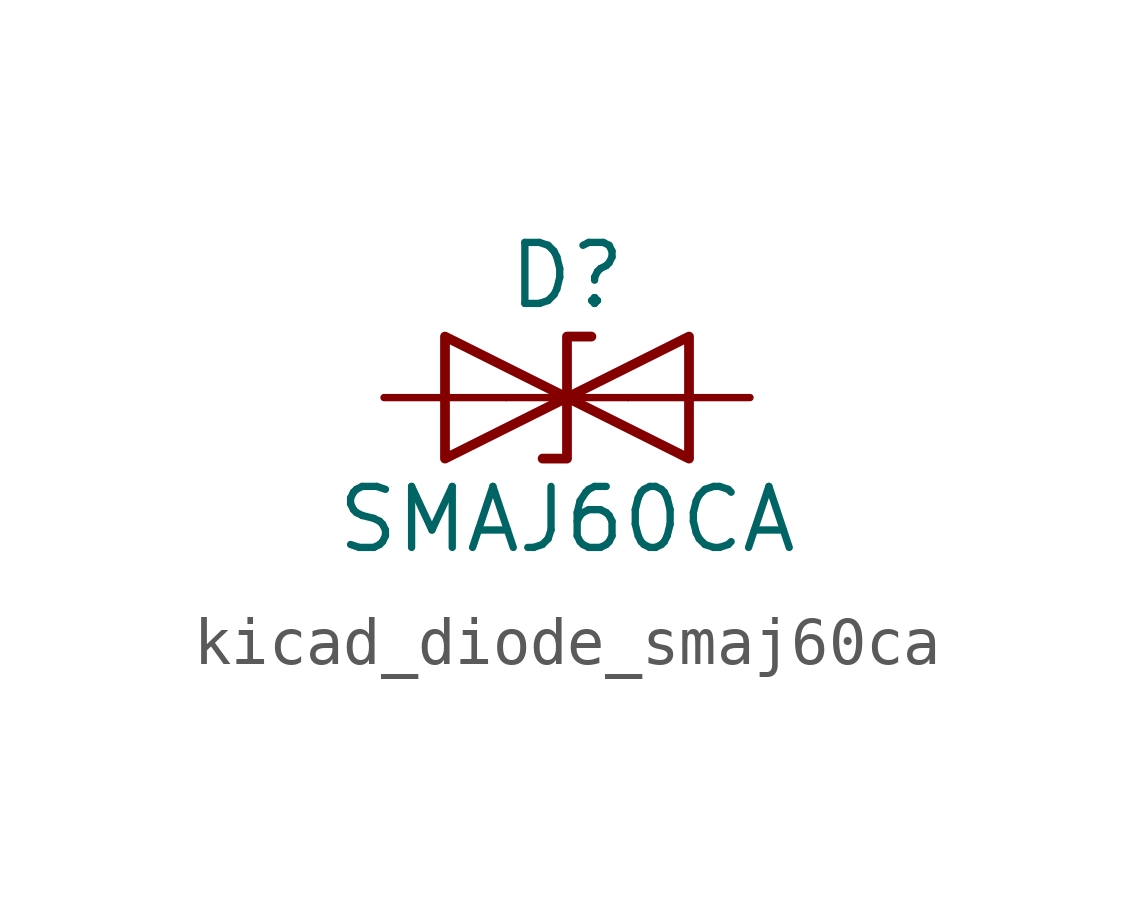
<source format=kicad_sym>
(kicad_symbol_lib
  (version 20220914)
  (generator kicad_symbol_editor)
  (symbol "kicad_diode_smaj60ca"
    (pin_numbers hide)
    (pin_names
      (offset 1.016) hide)
    (property "Reference" "D"
      (at 0 2.54 0)
      (effects (font (size 1.27 1.27))))
    (property "Value" "SMAJ60CA"
      (at 0 -2.54 0)
      (effects (font (size 1.27 1.27))))
    (symbol "kicad_diode_smaj60ca_0_1"
      (polyline (pts (xy 1.27 0) (xy -1.27 0)) (stroke (width 0) (type default)) (fill (type none)))
      (polyline (pts (xy -2.54 -1.27) (xy 0 0) (xy -2.54 1.27) (xy -2.54 -1.27)) (stroke (width 0.203) (type default)) (fill (type none)))
      (polyline (pts (xy 0.508 1.27) (xy 0 1.27) (xy 0 -1.27) (xy -0.508 -1.27)) (stroke (width 0.203) (type default)) (fill (type none)))
      (polyline (pts (xy 2.54 1.27) (xy 2.54 -1.27) (xy 0 0) (xy 2.54 1.27)) (stroke (width 0.203) (type default)) (fill (type none))))
    (symbol "kicad_diode_smaj60ca_1_1"
      (pin passive line (at -3.81 0 0) (length 2.54) (name "A1" (effects (font (size 1.27 1.27)))) (number "1" (effects (font (size 1.27 1.27)))))
      (pin passive line (at 3.81 0 180) (length 2.54) (name "A2" (effects (font (size 1.27 1.27)))) (number "2" (effects (font (size 1.27 1.27))))))))
</source>
